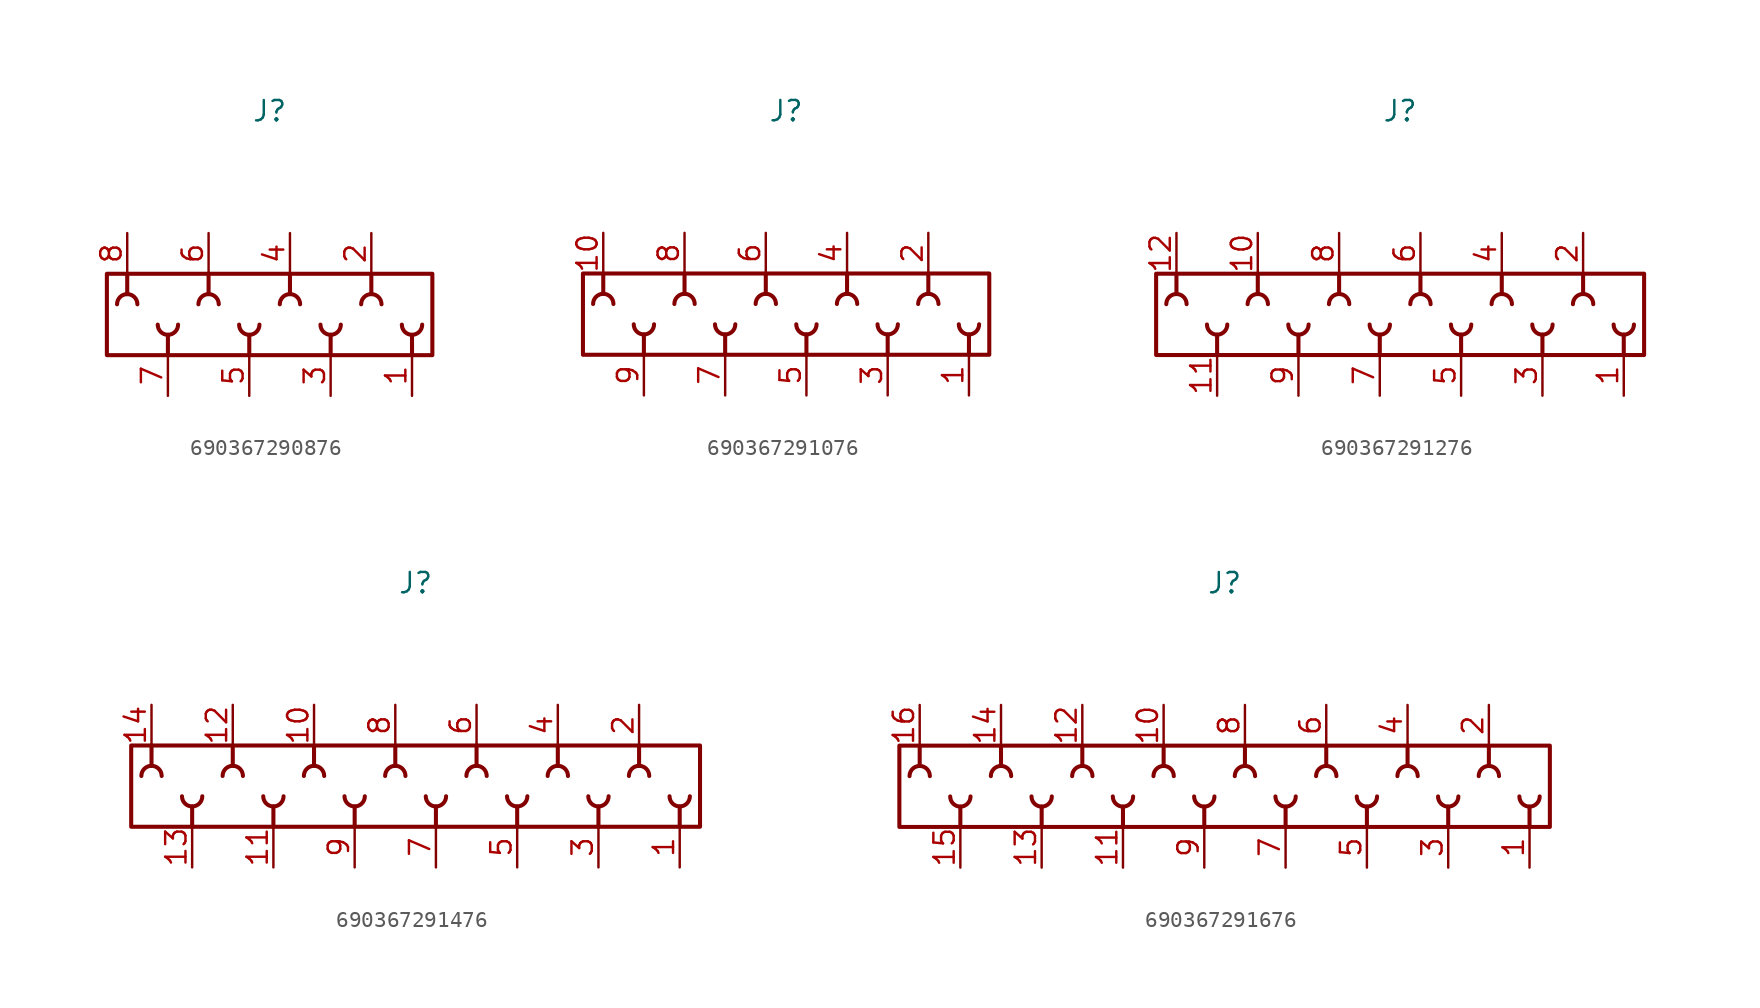
<source format=kicad_sym>
(kicad_symbol_lib
  (version 20241209)
  (generator "kicad_symbol_editor")
  (generator_version "9.0")
  (symbol "690367290876"
    (pin_names
      (hide yes))
    (property "Reference" "J"
      (at 0 12.7 0)
      (effects (font (size 1.27 1.27))))
    (symbol "690367290876_1_1"
      (rectangle (start -10.16 2.54) (end 10.16 -2.54) (stroke (width 0.254) (type solid)) (fill (type none)))
      (polyline (pts (xy -8.89 1.27) (xy -8.89 2.54)) (stroke (width 0.254) (type solid)) (fill (type none)))
      (arc (start -9.525 0.635) (mid -8.89 1.27) (end -8.255 0.635) (stroke (width 0.254) (type solid)) (fill (type none)))
      (arc (start -5.715 -0.635) (mid -6.35 -1.27) (end -6.985 -0.635) (stroke (width 0.254) (type solid)) (fill (type none)))
      (polyline (pts (xy -6.35 -1.27) (xy -6.35 -2.54)) (stroke (width 0.254) (type solid)) (fill (type none)))
      (polyline (pts (xy -3.81 1.27) (xy -3.81 2.54)) (stroke (width 0.254) (type solid)) (fill (type none)))
      (arc (start -4.445 0.635) (mid -3.81 1.27) (end -3.175 0.635) (stroke (width 0.254) (type solid)) (fill (type none)))
      (arc (start -0.635 -0.635) (mid -1.27 -1.27) (end -1.905 -0.635) (stroke (width 0.254) (type solid)) (fill (type none)))
      (polyline (pts (xy -1.27 -1.27) (xy -1.27 -2.54)) (stroke (width 0.254) (type solid)) (fill (type none)))
      (polyline (pts (xy 1.27 1.27) (xy 1.27 2.54)) (stroke (width 0.254) (type solid)) (fill (type none)))
      (arc (start 0.635 0.635) (mid 1.27 1.27) (end 1.905 0.635) (stroke (width 0.254) (type solid)) (fill (type none)))
      (arc (start 4.445 -0.635) (mid 3.81 -1.27) (end 3.175 -0.635) (stroke (width 0.254) (type solid)) (fill (type none)))
      (polyline (pts (xy 3.81 -1.27) (xy 3.81 -2.54)) (stroke (width 0.254) (type solid)) (fill (type none)))
      (polyline (pts (xy 6.35 1.27) (xy 6.35 2.54)) (stroke (width 0.254) (type solid)) (fill (type none)))
      (arc (start 5.715 0.635) (mid 6.35 1.27) (end 6.985 0.635) (stroke (width 0.254) (type solid)) (fill (type none)))
      (arc (start 9.525 -0.635) (mid 8.89 -1.27) (end 8.255 -0.635) (stroke (width 0.254) (type solid)) (fill (type none)))
      (polyline (pts (xy 8.89 -1.27) (xy 8.89 -2.54)) (stroke (width 0.254) (type solid)) (fill (type none)))
      (pin passive line (at -8.89 5.08 270) (length 2.54) (name "8" (effects (font (size 1.27 1.27)))) (number "8" (effects (font (size 1.27 1.27)))))
      (pin passive line (at -6.35 -5.08 90) (length 2.54) (name "7" (effects (font (size 1.27 1.27)))) (number "7" (effects (font (size 1.27 1.27)))))
      (pin passive line (at -3.81 5.08 270) (length 2.54) (name "6" (effects (font (size 1.27 1.27)))) (number "6" (effects (font (size 1.27 1.27)))))
      (pin passive line (at -1.27 -5.08 90) (length 2.54) (name "5" (effects (font (size 1.27 1.27)))) (number "5" (effects (font (size 1.27 1.27)))))
      (pin passive line (at 1.27 5.08 270) (length 2.54) (name "4" (effects (font (size 1.27 1.27)))) (number "4" (effects (font (size 1.27 1.27)))))
      (pin passive line (at 3.81 -5.08 90) (length 2.54) (name "3" (effects (font (size 1.27 1.27)))) (number "3" (effects (font (size 1.27 1.27)))))
      (pin passive line (at 6.35 5.08 270) (length 2.54) (name "2" (effects (font (size 1.27 1.27)))) (number "2" (effects (font (size 1.27 1.27)))))
      (pin passive line (at 8.89 -5.08 90) (length 2.54) (name "1" (effects (font (size 1.27 1.27)))) (number "1" (effects (font (size 1.27 1.27)))))))
  (symbol "690367291076"
    (pin_names
      (hide yes))
    (property "Reference" "J"
      (at 0 12.7 0)
      (effects (font (size 1.27 1.27))))
    (symbol "690367291076_1_1"
      (rectangle (start -12.7 2.54) (end 12.7 -2.54) (stroke (width 0.254) (type solid)) (fill (type none)))
      (polyline (pts (xy -11.43 1.27) (xy -11.43 2.54)) (stroke (width 0.254) (type solid)) (fill (type none)))
      (arc (start -12.065 0.635) (mid -11.43 1.27) (end -10.795 0.635) (stroke (width 0.254) (type solid)) (fill (type none)))
      (arc (start -8.255 -0.635) (mid -8.89 -1.27) (end -9.525 -0.635) (stroke (width 0.254) (type solid)) (fill (type none)))
      (polyline (pts (xy -8.89 -1.27) (xy -8.89 -2.54)) (stroke (width 0.254) (type solid)) (fill (type none)))
      (polyline (pts (xy -6.35 1.27) (xy -6.35 2.54)) (stroke (width 0.254) (type solid)) (fill (type none)))
      (arc (start -6.985 0.635) (mid -6.35 1.27) (end -5.715 0.635) (stroke (width 0.254) (type solid)) (fill (type none)))
      (arc (start -3.175 -0.635) (mid -3.81 -1.27) (end -4.445 -0.635) (stroke (width 0.254) (type solid)) (fill (type none)))
      (polyline (pts (xy -3.81 -1.27) (xy -3.81 -2.54)) (stroke (width 0.254) (type solid)) (fill (type none)))
      (polyline (pts (xy -1.27 1.27) (xy -1.27 2.54)) (stroke (width 0.254) (type solid)) (fill (type none)))
      (arc (start -1.905 0.635) (mid -1.27 1.27) (end -0.635 0.635) (stroke (width 0.254) (type solid)) (fill (type none)))
      (arc (start 1.905 -0.635) (mid 1.27 -1.27) (end 0.635 -0.635) (stroke (width 0.254) (type solid)) (fill (type none)))
      (polyline (pts (xy 1.27 -1.27) (xy 1.27 -2.54)) (stroke (width 0.254) (type solid)) (fill (type none)))
      (polyline (pts (xy 3.81 1.27) (xy 3.81 2.54)) (stroke (width 0.254) (type solid)) (fill (type none)))
      (arc (start 3.175 0.635) (mid 3.81 1.27) (end 4.445 0.635) (stroke (width 0.254) (type solid)) (fill (type none)))
      (arc (start 6.985 -0.635) (mid 6.35 -1.27) (end 5.715 -0.635) (stroke (width 0.254) (type solid)) (fill (type none)))
      (polyline (pts (xy 6.35 -1.27) (xy 6.35 -2.54)) (stroke (width 0.254) (type solid)) (fill (type none)))
      (polyline (pts (xy 8.89 1.27) (xy 8.89 2.54)) (stroke (width 0.254) (type solid)) (fill (type none)))
      (arc (start 8.255 0.635) (mid 8.89 1.27) (end 9.525 0.635) (stroke (width 0.254) (type solid)) (fill (type none)))
      (arc (start 12.065 -0.635) (mid 11.43 -1.27) (end 10.795 -0.635) (stroke (width 0.254) (type solid)) (fill (type none)))
      (polyline (pts (xy 11.43 -1.27) (xy 11.43 -2.54)) (stroke (width 0.254) (type solid)) (fill (type none)))
      (pin passive line (at -11.43 5.08 270) (length 2.54) (name "10" (effects (font (size 1.27 1.27)))) (number "10" (effects (font (size 1.27 1.27)))))
      (pin passive line (at -8.89 -5.08 90) (length 2.54) (name "9" (effects (font (size 1.27 1.27)))) (number "9" (effects (font (size 1.27 1.27)))))
      (pin passive line (at -6.35 5.08 270) (length 2.54) (name "8" (effects (font (size 1.27 1.27)))) (number "8" (effects (font (size 1.27 1.27)))))
      (pin passive line (at -3.81 -5.08 90) (length 2.54) (name "7" (effects (font (size 1.27 1.27)))) (number "7" (effects (font (size 1.27 1.27)))))
      (pin passive line (at -1.27 5.08 270) (length 2.54) (name "6" (effects (font (size 1.27 1.27)))) (number "6" (effects (font (size 1.27 1.27)))))
      (pin passive line (at 1.27 -5.08 90) (length 2.54) (name "5" (effects (font (size 1.27 1.27)))) (number "5" (effects (font (size 1.27 1.27)))))
      (pin passive line (at 3.81 5.08 270) (length 2.54) (name "4" (effects (font (size 1.27 1.27)))) (number "4" (effects (font (size 1.27 1.27)))))
      (pin passive line (at 6.35 -5.08 90) (length 2.54) (name "3" (effects (font (size 1.27 1.27)))) (number "3" (effects (font (size 1.27 1.27)))))
      (pin passive line (at 8.89 5.08 270) (length 2.54) (name "2" (effects (font (size 1.27 1.27)))) (number "2" (effects (font (size 1.27 1.27)))))
      (pin passive line (at 11.43 -5.08 90) (length 2.54) (name "1" (effects (font (size 1.27 1.27)))) (number "1" (effects (font (size 1.27 1.27)))))))
  (symbol "690367291276"
    (pin_names
      (hide yes))
    (property "Reference" "J"
      (at 0 12.7 0)
      (effects (font (size 1.27 1.27))))
    (symbol "690367291276_1_1"
      (rectangle (start -15.24 2.54) (end 15.24 -2.54) (stroke (width 0.254) (type solid)) (fill (type none)))
      (polyline (pts (xy -13.97 1.27) (xy -13.97 2.54)) (stroke (width 0.254) (type solid)) (fill (type none)))
      (arc (start -14.605 0.635) (mid -13.97 1.27) (end -13.335 0.635) (stroke (width 0.254) (type solid)) (fill (type none)))
      (arc (start -10.795 -0.635) (mid -11.43 -1.27) (end -12.065 -0.635) (stroke (width 0.254) (type solid)) (fill (type none)))
      (polyline (pts (xy -11.43 -1.27) (xy -11.43 -2.54)) (stroke (width 0.254) (type solid)) (fill (type none)))
      (polyline (pts (xy -8.89 1.27) (xy -8.89 2.54)) (stroke (width 0.254) (type solid)) (fill (type none)))
      (arc (start -9.525 0.635) (mid -8.89 1.27) (end -8.255 0.635) (stroke (width 0.254) (type solid)) (fill (type none)))
      (arc (start -5.715 -0.635) (mid -6.35 -1.27) (end -6.985 -0.635) (stroke (width 0.254) (type solid)) (fill (type none)))
      (polyline (pts (xy -6.35 -1.27) (xy -6.35 -2.54)) (stroke (width 0.254) (type solid)) (fill (type none)))
      (polyline (pts (xy -3.81 1.27) (xy -3.81 2.54)) (stroke (width 0.254) (type solid)) (fill (type none)))
      (arc (start -4.445 0.635) (mid -3.81 1.27) (end -3.175 0.635) (stroke (width 0.254) (type solid)) (fill (type none)))
      (arc (start -0.635 -0.635) (mid -1.27 -1.27) (end -1.905 -0.635) (stroke (width 0.254) (type solid)) (fill (type none)))
      (polyline (pts (xy -1.27 -1.27) (xy -1.27 -2.54)) (stroke (width 0.254) (type solid)) (fill (type none)))
      (polyline (pts (xy 1.27 1.27) (xy 1.27 2.54)) (stroke (width 0.254) (type solid)) (fill (type none)))
      (arc (start 0.635 0.635) (mid 1.27 1.27) (end 1.905 0.635) (stroke (width 0.254) (type solid)) (fill (type none)))
      (arc (start 4.445 -0.635) (mid 3.81 -1.27) (end 3.175 -0.635) (stroke (width 0.254) (type solid)) (fill (type none)))
      (polyline (pts (xy 3.81 -1.27) (xy 3.81 -2.54)) (stroke (width 0.254) (type solid)) (fill (type none)))
      (polyline (pts (xy 6.35 1.27) (xy 6.35 2.54)) (stroke (width 0.254) (type solid)) (fill (type none)))
      (arc (start 5.715 0.635) (mid 6.35 1.27) (end 6.985 0.635) (stroke (width 0.254) (type solid)) (fill (type none)))
      (arc (start 9.525 -0.635) (mid 8.89 -1.27) (end 8.255 -0.635) (stroke (width 0.254) (type solid)) (fill (type none)))
      (polyline (pts (xy 8.89 -1.27) (xy 8.89 -2.54)) (stroke (width 0.254) (type solid)) (fill (type none)))
      (polyline (pts (xy 11.43 1.27) (xy 11.43 2.54)) (stroke (width 0.254) (type solid)) (fill (type none)))
      (arc (start 10.795 0.635) (mid 11.43 1.27) (end 12.065 0.635) (stroke (width 0.254) (type solid)) (fill (type none)))
      (arc (start 14.605 -0.635) (mid 13.97 -1.27) (end 13.335 -0.635) (stroke (width 0.254) (type solid)) (fill (type none)))
      (polyline (pts (xy 13.97 -1.27) (xy 13.97 -2.54)) (stroke (width 0.254) (type solid)) (fill (type none)))
      (pin passive line (at -13.97 5.08 270) (length 2.54) (name "12" (effects (font (size 1.27 1.27)))) (number "12" (effects (font (size 1.27 1.27)))))
      (pin passive line (at -11.43 -5.08 90) (length 2.54) (name "11" (effects (font (size 1.27 1.27)))) (number "11" (effects (font (size 1.27 1.27)))))
      (pin passive line (at -8.89 5.08 270) (length 2.54) (name "10" (effects (font (size 1.27 1.27)))) (number "10" (effects (font (size 1.27 1.27)))))
      (pin passive line (at -6.35 -5.08 90) (length 2.54) (name "9" (effects (font (size 1.27 1.27)))) (number "9" (effects (font (size 1.27 1.27)))))
      (pin passive line (at -3.81 5.08 270) (length 2.54) (name "8" (effects (font (size 1.27 1.27)))) (number "8" (effects (font (size 1.27 1.27)))))
      (pin passive line (at -1.27 -5.08 90) (length 2.54) (name "7" (effects (font (size 1.27 1.27)))) (number "7" (effects (font (size 1.27 1.27)))))
      (pin passive line (at 1.27 5.08 270) (length 2.54) (name "6" (effects (font (size 1.27 1.27)))) (number "6" (effects (font (size 1.27 1.27)))))
      (pin passive line (at 3.81 -5.08 90) (length 2.54) (name "5" (effects (font (size 1.27 1.27)))) (number "5" (effects (font (size 1.27 1.27)))))
      (pin passive line (at 6.35 5.08 270) (length 2.54) (name "4" (effects (font (size 1.27 1.27)))) (number "4" (effects (font (size 1.27 1.27)))))
      (pin passive line (at 8.89 -5.08 90) (length 2.54) (name "3" (effects (font (size 1.27 1.27)))) (number "3" (effects (font (size 1.27 1.27)))))
      (pin passive line (at 11.43 5.08 270) (length 2.54) (name "2" (effects (font (size 1.27 1.27)))) (number "2" (effects (font (size 1.27 1.27)))))
      (pin passive line (at 13.97 -5.08 90) (length 2.54) (name "1" (effects (font (size 1.27 1.27)))) (number "1" (effects (font (size 1.27 1.27)))))))
  (symbol "690367291476"
    (pin_names
      (hide yes))
    (property "Reference" "J"
      (at 0 12.7 0)
      (effects (font (size 1.27 1.27))))
    (symbol "690367291476_1_1"
      (rectangle (start -17.78 2.54) (end 17.78 -2.54) (stroke (width 0.254) (type solid)) (fill (type none)))
      (polyline (pts (xy -16.51 1.27) (xy -16.51 2.54)) (stroke (width 0.254) (type solid)) (fill (type none)))
      (arc (start -17.145 0.635) (mid -16.51 1.27) (end -15.875 0.635) (stroke (width 0.254) (type solid)) (fill (type none)))
      (arc (start -13.335 -0.635) (mid -13.97 -1.27) (end -14.605 -0.635) (stroke (width 0.254) (type solid)) (fill (type none)))
      (polyline (pts (xy -13.97 -1.27) (xy -13.97 -2.54)) (stroke (width 0.254) (type solid)) (fill (type none)))
      (polyline (pts (xy -11.43 1.27) (xy -11.43 2.54)) (stroke (width 0.254) (type solid)) (fill (type none)))
      (arc (start -12.065 0.635) (mid -11.43 1.27) (end -10.795 0.635) (stroke (width 0.254) (type solid)) (fill (type none)))
      (arc (start -8.255 -0.635) (mid -8.89 -1.27) (end -9.525 -0.635) (stroke (width 0.254) (type solid)) (fill (type none)))
      (polyline (pts (xy -8.89 -1.27) (xy -8.89 -2.54)) (stroke (width 0.254) (type solid)) (fill (type none)))
      (polyline (pts (xy -6.35 1.27) (xy -6.35 2.54)) (stroke (width 0.254) (type solid)) (fill (type none)))
      (arc (start -6.985 0.635) (mid -6.35 1.27) (end -5.715 0.635) (stroke (width 0.254) (type solid)) (fill (type none)))
      (arc (start -3.175 -0.635) (mid -3.81 -1.27) (end -4.445 -0.635) (stroke (width 0.254) (type solid)) (fill (type none)))
      (polyline (pts (xy -3.81 -1.27) (xy -3.81 -2.54)) (stroke (width 0.254) (type solid)) (fill (type none)))
      (polyline (pts (xy -1.27 1.27) (xy -1.27 2.54)) (stroke (width 0.254) (type solid)) (fill (type none)))
      (arc (start -1.905 0.635) (mid -1.27 1.27) (end -0.635 0.635) (stroke (width 0.254) (type solid)) (fill (type none)))
      (arc (start 1.905 -0.635) (mid 1.27 -1.27) (end 0.635 -0.635) (stroke (width 0.254) (type solid)) (fill (type none)))
      (polyline (pts (xy 1.27 -1.27) (xy 1.27 -2.54)) (stroke (width 0.254) (type solid)) (fill (type none)))
      (polyline (pts (xy 3.81 1.27) (xy 3.81 2.54)) (stroke (width 0.254) (type solid)) (fill (type none)))
      (arc (start 3.175 0.635) (mid 3.81 1.27) (end 4.445 0.635) (stroke (width 0.254) (type solid)) (fill (type none)))
      (arc (start 6.985 -0.635) (mid 6.35 -1.27) (end 5.715 -0.635) (stroke (width 0.254) (type solid)) (fill (type none)))
      (polyline (pts (xy 6.35 -1.27) (xy 6.35 -2.54)) (stroke (width 0.254) (type solid)) (fill (type none)))
      (polyline (pts (xy 8.89 1.27) (xy 8.89 2.54)) (stroke (width 0.254) (type solid)) (fill (type none)))
      (arc (start 8.255 0.635) (mid 8.89 1.27) (end 9.525 0.635) (stroke (width 0.254) (type solid)) (fill (type none)))
      (arc (start 12.065 -0.635) (mid 11.43 -1.27) (end 10.795 -0.635) (stroke (width 0.254) (type solid)) (fill (type none)))
      (polyline (pts (xy 11.43 -1.27) (xy 11.43 -2.54)) (stroke (width 0.254) (type solid)) (fill (type none)))
      (polyline (pts (xy 13.97 1.27) (xy 13.97 2.54)) (stroke (width 0.254) (type solid)) (fill (type none)))
      (arc (start 13.335 0.635) (mid 13.97 1.27) (end 14.605 0.635) (stroke (width 0.254) (type solid)) (fill (type none)))
      (arc (start 17.145 -0.635) (mid 16.51 -1.27) (end 15.875 -0.635) (stroke (width 0.254) (type solid)) (fill (type none)))
      (polyline (pts (xy 16.51 -1.27) (xy 16.51 -2.54)) (stroke (width 0.254) (type solid)) (fill (type none)))
      (pin passive line (at -16.51 5.08 270) (length 2.54) (name "14" (effects (font (size 1.27 1.27)))) (number "14" (effects (font (size 1.27 1.27)))))
      (pin passive line (at -13.97 -5.08 90) (length 2.54) (name "13" (effects (font (size 1.27 1.27)))) (number "13" (effects (font (size 1.27 1.27)))))
      (pin passive line (at -11.43 5.08 270) (length 2.54) (name "12" (effects (font (size 1.27 1.27)))) (number "12" (effects (font (size 1.27 1.27)))))
      (pin passive line (at -8.89 -5.08 90) (length 2.54) (name "11" (effects (font (size 1.27 1.27)))) (number "11" (effects (font (size 1.27 1.27)))))
      (pin passive line (at -6.35 5.08 270) (length 2.54) (name "10" (effects (font (size 1.27 1.27)))) (number "10" (effects (font (size 1.27 1.27)))))
      (pin passive line (at -3.81 -5.08 90) (length 2.54) (name "9" (effects (font (size 1.27 1.27)))) (number "9" (effects (font (size 1.27 1.27)))))
      (pin passive line (at -1.27 5.08 270) (length 2.54) (name "8" (effects (font (size 1.27 1.27)))) (number "8" (effects (font (size 1.27 1.27)))))
      (pin passive line (at 1.27 -5.08 90) (length 2.54) (name "7" (effects (font (size 1.27 1.27)))) (number "7" (effects (font (size 1.27 1.27)))))
      (pin passive line (at 3.81 5.08 270) (length 2.54) (name "6" (effects (font (size 1.27 1.27)))) (number "6" (effects (font (size 1.27 1.27)))))
      (pin passive line (at 6.35 -5.08 90) (length 2.54) (name "5" (effects (font (size 1.27 1.27)))) (number "5" (effects (font (size 1.27 1.27)))))
      (pin passive line (at 8.89 5.08 270) (length 2.54) (name "4" (effects (font (size 1.27 1.27)))) (number "4" (effects (font (size 1.27 1.27)))))
      (pin passive line (at 11.43 -5.08 90) (length 2.54) (name "3" (effects (font (size 1.27 1.27)))) (number "3" (effects (font (size 1.27 1.27)))))
      (pin passive line (at 13.97 5.08 270) (length 2.54) (name "2" (effects (font (size 1.27 1.27)))) (number "2" (effects (font (size 1.27 1.27)))))
      (pin passive line (at 16.51 -5.08 90) (length 2.54) (name "1" (effects (font (size 1.27 1.27)))) (number "1" (effects (font (size 1.27 1.27)))))))
  (symbol "690367291676"
    (pin_names
      (hide yes))
    (property "Reference" "J"
      (at 0 12.7 0)
      (effects (font (size 1.27 1.27))))
    (symbol "690367291676_1_1"
      (rectangle (start -20.32 2.54) (end 20.32 -2.54) (stroke (width 0.254) (type solid)) (fill (type none)))
      (polyline (pts (xy -19.05 1.27) (xy -19.05 2.54)) (stroke (width 0.254) (type solid)) (fill (type none)))
      (arc (start -19.685 0.635) (mid -19.05 1.27) (end -18.415 0.635) (stroke (width 0.254) (type solid)) (fill (type none)))
      (arc (start -15.875 -0.635) (mid -16.51 -1.27) (end -17.145 -0.635) (stroke (width 0.254) (type solid)) (fill (type none)))
      (polyline (pts (xy -16.51 -1.27) (xy -16.51 -2.54)) (stroke (width 0.254) (type solid)) (fill (type none)))
      (polyline (pts (xy -13.97 1.27) (xy -13.97 2.54)) (stroke (width 0.254) (type solid)) (fill (type none)))
      (arc (start -14.605 0.635) (mid -13.97 1.27) (end -13.335 0.635) (stroke (width 0.254) (type solid)) (fill (type none)))
      (arc (start -10.795 -0.635) (mid -11.43 -1.27) (end -12.065 -0.635) (stroke (width 0.254) (type solid)) (fill (type none)))
      (polyline (pts (xy -11.43 -1.27) (xy -11.43 -2.54)) (stroke (width 0.254) (type solid)) (fill (type none)))
      (polyline (pts (xy -8.89 1.27) (xy -8.89 2.54)) (stroke (width 0.254) (type solid)) (fill (type none)))
      (arc (start -9.525 0.635) (mid -8.89 1.27) (end -8.255 0.635) (stroke (width 0.254) (type solid)) (fill (type none)))
      (arc (start -5.715 -0.635) (mid -6.35 -1.27) (end -6.985 -0.635) (stroke (width 0.254) (type solid)) (fill (type none)))
      (polyline (pts (xy -6.35 -1.27) (xy -6.35 -2.54)) (stroke (width 0.254) (type solid)) (fill (type none)))
      (polyline (pts (xy -3.81 1.27) (xy -3.81 2.54)) (stroke (width 0.254) (type solid)) (fill (type none)))
      (arc (start -4.445 0.635) (mid -3.81 1.27) (end -3.175 0.635) (stroke (width 0.254) (type solid)) (fill (type none)))
      (arc (start -0.635 -0.635) (mid -1.27 -1.27) (end -1.905 -0.635) (stroke (width 0.254) (type solid)) (fill (type none)))
      (polyline (pts (xy -1.27 -1.27) (xy -1.27 -2.54)) (stroke (width 0.254) (type solid)) (fill (type none)))
      (polyline (pts (xy 1.27 1.27) (xy 1.27 2.54)) (stroke (width 0.254) (type solid)) (fill (type none)))
      (arc (start 0.635 0.635) (mid 1.27 1.27) (end 1.905 0.635) (stroke (width 0.254) (type solid)) (fill (type none)))
      (arc (start 4.445 -0.635) (mid 3.81 -1.27) (end 3.175 -0.635) (stroke (width 0.254) (type solid)) (fill (type none)))
      (polyline (pts (xy 3.81 -1.27) (xy 3.81 -2.54)) (stroke (width 0.254) (type solid)) (fill (type none)))
      (polyline (pts (xy 6.35 1.27) (xy 6.35 2.54)) (stroke (width 0.254) (type solid)) (fill (type none)))
      (arc (start 5.715 0.635) (mid 6.35 1.27) (end 6.985 0.635) (stroke (width 0.254) (type solid)) (fill (type none)))
      (arc (start 9.525 -0.635) (mid 8.89 -1.27) (end 8.255 -0.635) (stroke (width 0.254) (type solid)) (fill (type none)))
      (polyline (pts (xy 8.89 -1.27) (xy 8.89 -2.54)) (stroke (width 0.254) (type solid)) (fill (type none)))
      (polyline (pts (xy 11.43 1.27) (xy 11.43 2.54)) (stroke (width 0.254) (type solid)) (fill (type none)))
      (arc (start 10.795 0.635) (mid 11.43 1.27) (end 12.065 0.635) (stroke (width 0.254) (type solid)) (fill (type none)))
      (arc (start 14.605 -0.635) (mid 13.97 -1.27) (end 13.335 -0.635) (stroke (width 0.254) (type solid)) (fill (type none)))
      (polyline (pts (xy 13.97 -1.27) (xy 13.97 -2.54)) (stroke (width 0.254) (type solid)) (fill (type none)))
      (polyline (pts (xy 16.51 1.27) (xy 16.51 2.54)) (stroke (width 0.254) (type solid)) (fill (type none)))
      (arc (start 15.875 0.635) (mid 16.51 1.27) (end 17.145 0.635) (stroke (width 0.254) (type solid)) (fill (type none)))
      (arc (start 19.685 -0.635) (mid 19.05 -1.27) (end 18.415 -0.635) (stroke (width 0.254) (type solid)) (fill (type none)))
      (polyline (pts (xy 19.05 -1.27) (xy 19.05 -2.54)) (stroke (width 0.254) (type solid)) (fill (type none)))
      (pin passive line (at -19.05 5.08 270) (length 2.54) (name "16" (effects (font (size 1.27 1.27)))) (number "16" (effects (font (size 1.27 1.27)))))
      (pin passive line (at -16.51 -5.08 90) (length 2.54) (name "15" (effects (font (size 1.27 1.27)))) (number "15" (effects (font (size 1.27 1.27)))))
      (pin passive line (at -13.97 5.08 270) (length 2.54) (name "14" (effects (font (size 1.27 1.27)))) (number "14" (effects (font (size 1.27 1.27)))))
      (pin passive line (at -11.43 -5.08 90) (length 2.54) (name "13" (effects (font (size 1.27 1.27)))) (number "13" (effects (font (size 1.27 1.27)))))
      (pin passive line (at -8.89 5.08 270) (length 2.54) (name "12" (effects (font (size 1.27 1.27)))) (number "12" (effects (font (size 1.27 1.27)))))
      (pin passive line (at -6.35 -5.08 90) (length 2.54) (name "11" (effects (font (size 1.27 1.27)))) (number "11" (effects (font (size 1.27 1.27)))))
      (pin passive line (at -3.81 5.08 270) (length 2.54) (name "10" (effects (font (size 1.27 1.27)))) (number "10" (effects (font (size 1.27 1.27)))))
      (pin passive line (at -1.27 -5.08 90) (length 2.54) (name "9" (effects (font (size 1.27 1.27)))) (number "9" (effects (font (size 1.27 1.27)))))
      (pin passive line (at 1.27 5.08 270) (length 2.54) (name "8" (effects (font (size 1.27 1.27)))) (number "8" (effects (font (size 1.27 1.27)))))
      (pin passive line (at 3.81 -5.08 90) (length 2.54) (name "7" (effects (font (size 1.27 1.27)))) (number "7" (effects (font (size 1.27 1.27)))))
      (pin passive line (at 6.35 5.08 270) (length 2.54) (name "6" (effects (font (size 1.27 1.27)))) (number "6" (effects (font (size 1.27 1.27)))))
      (pin passive line (at 8.89 -5.08 90) (length 2.54) (name "5" (effects (font (size 1.27 1.27)))) (number "5" (effects (font (size 1.27 1.27)))))
      (pin passive line (at 11.43 5.08 270) (length 2.54) (name "4" (effects (font (size 1.27 1.27)))) (number "4" (effects (font (size 1.27 1.27)))))
      (pin passive line (at 13.97 -5.08 90) (length 2.54) (name "3" (effects (font (size 1.27 1.27)))) (number "3" (effects (font (size 1.27 1.27)))))
      (pin passive line (at 16.51 5.08 270) (length 2.54) (name "2" (effects (font (size 1.27 1.27)))) (number "2" (effects (font (size 1.27 1.27)))))
      (pin passive line (at 19.05 -5.08 90) (length 2.54) (name "1" (effects (font (size 1.27 1.27)))) (number "1" (effects (font (size 1.27 1.27))))))))
</source>
